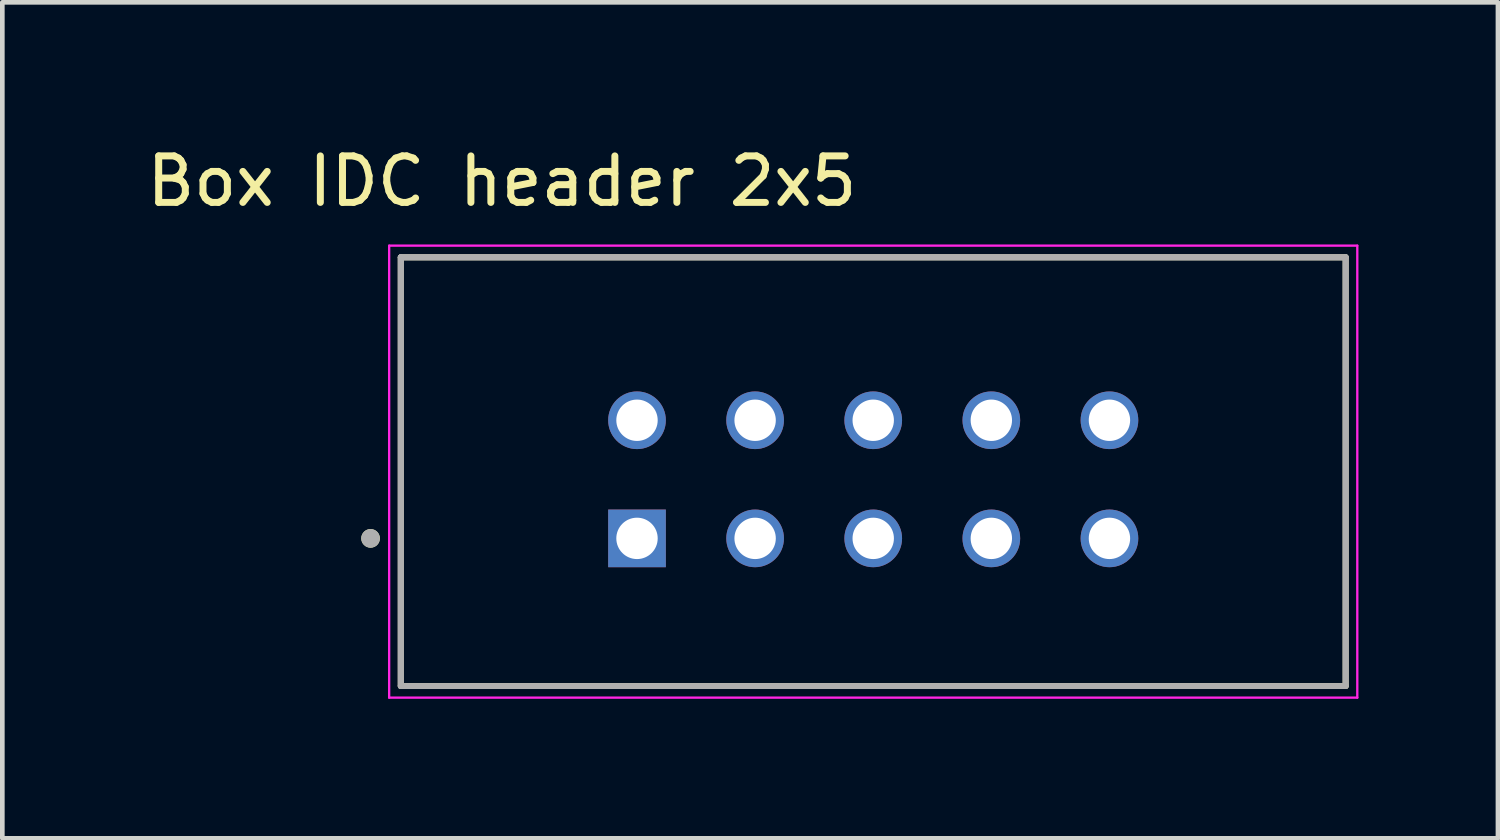
<source format=kicad_pcb>
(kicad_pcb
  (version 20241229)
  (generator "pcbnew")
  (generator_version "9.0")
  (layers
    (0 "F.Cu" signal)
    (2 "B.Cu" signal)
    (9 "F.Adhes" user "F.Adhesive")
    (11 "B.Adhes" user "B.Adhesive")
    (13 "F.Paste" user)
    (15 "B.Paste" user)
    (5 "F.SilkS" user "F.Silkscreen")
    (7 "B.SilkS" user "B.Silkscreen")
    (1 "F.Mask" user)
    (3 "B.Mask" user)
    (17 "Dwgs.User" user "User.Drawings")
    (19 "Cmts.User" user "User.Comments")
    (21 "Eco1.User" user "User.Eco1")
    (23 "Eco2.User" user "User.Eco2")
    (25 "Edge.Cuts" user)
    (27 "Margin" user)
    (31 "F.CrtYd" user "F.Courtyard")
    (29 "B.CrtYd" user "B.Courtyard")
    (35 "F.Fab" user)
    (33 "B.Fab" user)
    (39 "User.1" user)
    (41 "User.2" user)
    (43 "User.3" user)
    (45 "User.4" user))
  (footprint "Box IDC header 2x5"
    (layer "F.Cu")
    (at 10.649 8.528)
    (property "Reference" "Box IDC header 2x5" (at -2.905 -7.68 0) (layer "F.SilkS") (effects (font (size 1 1) (thickness 0.15))))
    (attr through_hole)
    (fp_line (start -5.08 3.175) (end -5.08 -6.045) (stroke (width 0.127) (type solid)) (layer "F.SilkS"))
    (fp_line (start 15.24 -6.045) (end -5.08 -6.045) (stroke (width 0.127) (type solid)) (layer "F.SilkS"))
    (fp_line (start 15.24 -6.045) (end 15.24 3.175) (stroke (width 0.127) (type solid)) (layer "F.SilkS"))
    (fp_line (start 15.24 3.175) (end -5.08 3.175) (stroke (width 0.127) (type solid)) (layer "F.SilkS"))
    (fp_circle (center -5.73 0) (end -5.63 0) (stroke (width 0.2) (type solid)) (fill no) (layer "F.SilkS"))
    (fp_line (start -5.33 -6.295) (end 15.49 -6.295) (stroke (width 0.05) (type solid)) (layer "F.CrtYd"))
    (fp_line (start -5.33 3.425) (end -5.33 -6.295) (stroke (width 0.05) (type solid)) (layer "F.CrtYd"))
    (fp_line (start 15.49 -6.295) (end 15.49 3.425) (stroke (width 0.05) (type solid)) (layer "F.CrtYd"))
    (fp_line (start 15.49 3.425) (end -5.33 3.425) (stroke (width 0.05) (type solid)) (layer "F.CrtYd"))
    (fp_line (start -5.08 -6.045) (end 15.24 -6.045) (stroke (width 0.127) (type solid)) (layer "F.Fab"))
    (fp_line (start -5.08 -6.045) (end 15.24 -6.045) (stroke (width 0.127) (type solid)) (layer "F.Fab"))
    (fp_line (start -5.08 3.175) (end -5.08 -6.045) (stroke (width 0.127) (type solid)) (layer "F.Fab"))
    (fp_line (start -5.08 3.175) (end -5.08 -6.045) (stroke (width 0.127) (type solid)) (layer "F.Fab"))
    (fp_line (start 15.24 -6.045) (end 15.24 3.175) (stroke (width 0.127) (type solid)) (layer "F.Fab"))
    (fp_line (start 15.24 -6.045) (end 15.24 3.175) (stroke (width 0.127) (type solid)) (layer "F.Fab"))
    (fp_line (start 15.24 3.175) (end -5.08 3.175) (stroke (width 0.127) (type solid)) (layer "F.Fab"))
    (fp_circle (center -5.73 0) (end -5.63 0) (stroke (width 0.2) (type solid)) (fill no) (layer "F.Fab"))
    (pad "1" thru_hole rect (at 0 0) (size 1.24 1.24) (drill 0.89) (layers "*.Cu" "*.Mask"))
    (pad "2" thru_hole circle (at 0 -2.54) (size 1.24 1.24) (drill 0.89) (layers "*.Cu" "*.Mask"))
    (pad "3" thru_hole circle (at 2.54 0) (size 1.24 1.24) (drill 0.89) (layers "*.Cu" "*.Mask"))
    (pad "4" thru_hole circle (at 2.54 -2.54) (size 1.24 1.24) (drill 0.89) (layers "*.Cu" "*.Mask"))
    (pad "5" thru_hole circle (at 5.08 0) (size 1.24 1.24) (drill 0.89) (layers "*.Cu" "*.Mask"))
    (pad "6" thru_hole circle (at 5.08 -2.54) (size 1.24 1.24) (drill 0.89) (layers "*.Cu" "*.Mask"))
    (pad "7" thru_hole circle (at 7.62 0) (size 1.24 1.24) (drill 0.89) (layers "*.Cu" "*.Mask"))
    (pad "8" thru_hole circle (at 7.62 -2.54) (size 1.24 1.24) (drill 0.89) (layers "*.Cu" "*.Mask"))
    (pad "9" thru_hole circle (at 10.16 0) (size 1.24 1.24) (drill 0.89) (layers "*.Cu" "*.Mask"))
    (pad "10" thru_hole circle (at 10.16 -2.54) (size 1.24 1.24) (drill 0.89) (layers "*.Cu" "*.Mask")))
  (gr_rect
    (start -3 -3)
    (end 29.164 14.978)
    (stroke (width 0.1) (type default))
    (fill no)
    (layer "Edge.Cuts")))
</source>
